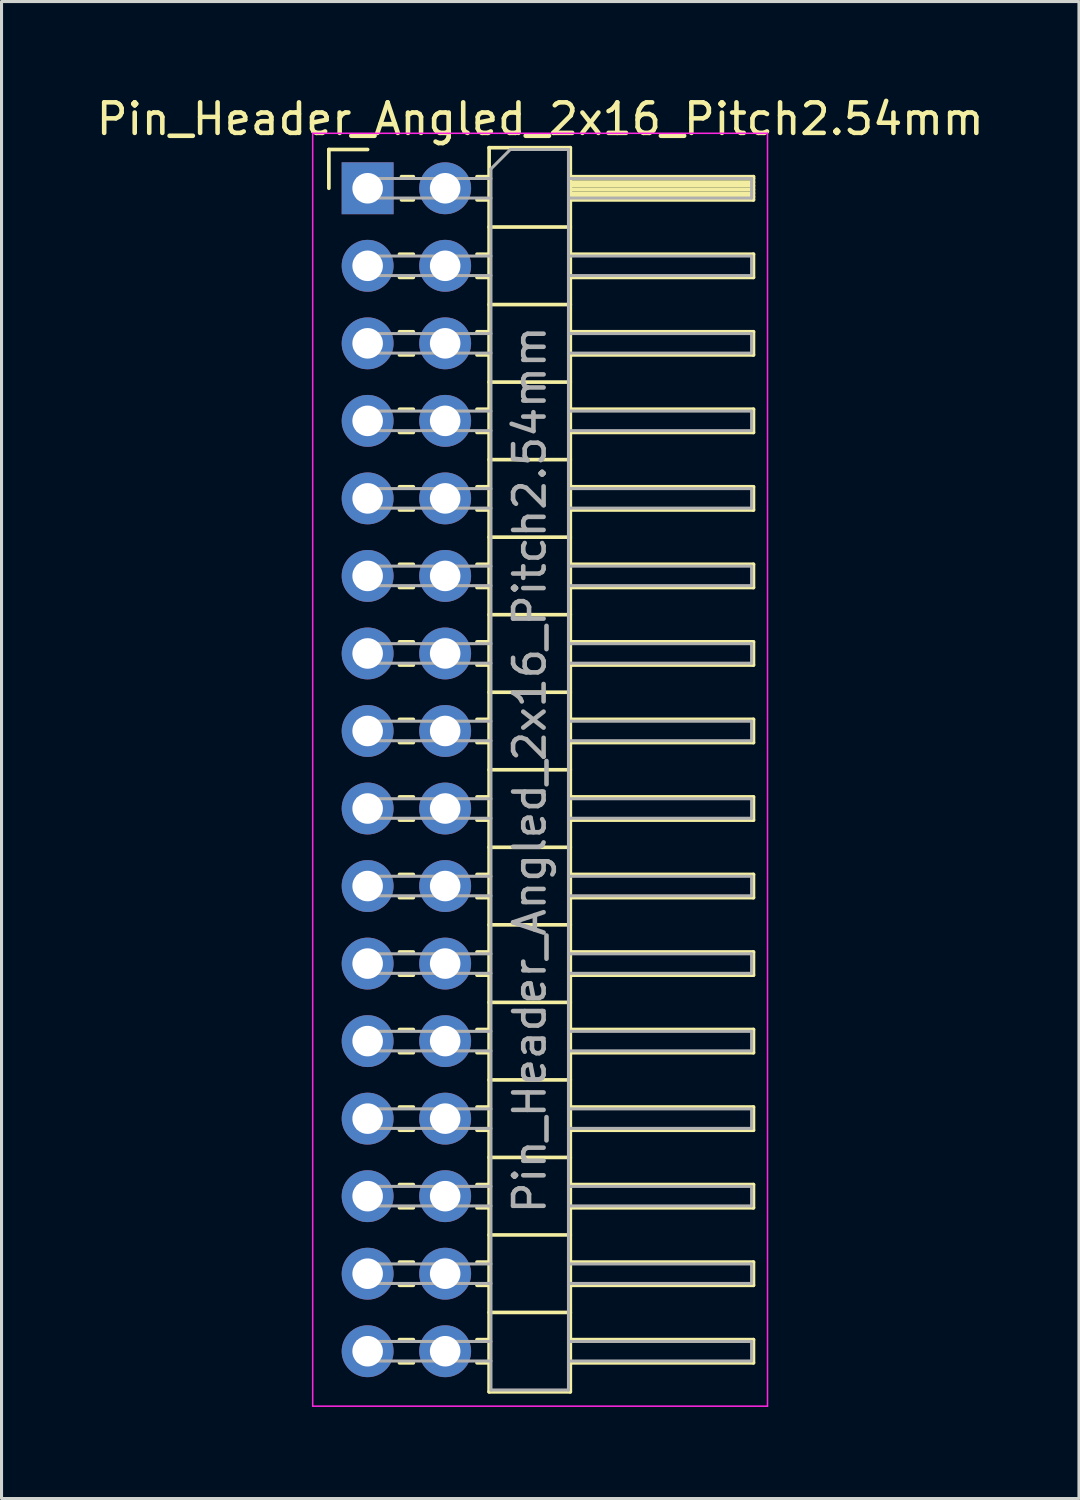
<source format=kicad_pcb>
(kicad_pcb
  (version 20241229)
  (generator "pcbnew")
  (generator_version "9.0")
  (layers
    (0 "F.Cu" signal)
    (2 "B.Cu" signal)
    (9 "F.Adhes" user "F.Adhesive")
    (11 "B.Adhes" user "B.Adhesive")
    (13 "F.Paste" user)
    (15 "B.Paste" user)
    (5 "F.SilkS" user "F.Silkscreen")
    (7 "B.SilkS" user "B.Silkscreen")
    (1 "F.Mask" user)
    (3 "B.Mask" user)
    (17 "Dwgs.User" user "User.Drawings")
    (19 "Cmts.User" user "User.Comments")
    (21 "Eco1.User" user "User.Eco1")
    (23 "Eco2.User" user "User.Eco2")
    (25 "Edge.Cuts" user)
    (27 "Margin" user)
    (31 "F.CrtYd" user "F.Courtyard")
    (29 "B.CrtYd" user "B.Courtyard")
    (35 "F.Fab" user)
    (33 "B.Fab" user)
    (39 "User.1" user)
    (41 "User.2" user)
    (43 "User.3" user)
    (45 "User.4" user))
  (footprint "Pin_Header_Angled_2x16_Pitch2.54mm"
    (layer "F.Cu")
    (at 8.994 3.118)
    (property "Reference" "Pin_Header_Angled_2x16_Pitch2.54mm" (at 5.655 -2.27 0) (layer "F.SilkS") (effects (font (size 1 1) (thickness 0.15))))
    (attr through_hole)
    (fp_line (start -1.27 -1.27) (end 0 -1.27) (stroke (width 0.12) (type solid)) (layer "F.SilkS"))
    (fp_line (start -1.27 0) (end -1.27 -1.27) (stroke (width 0.12) (type solid)) (layer "F.SilkS"))
    (fp_line (start 1.043 2.16) (end 1.497 2.16) (stroke (width 0.12) (type solid)) (layer "F.SilkS"))
    (fp_line (start 1.043 2.92) (end 1.497 2.92) (stroke (width 0.12) (type solid)) (layer "F.SilkS"))
    (fp_line (start 1.043 4.7) (end 1.497 4.7) (stroke (width 0.12) (type solid)) (layer "F.SilkS"))
    (fp_line (start 1.043 5.46) (end 1.497 5.46) (stroke (width 0.12) (type solid)) (layer "F.SilkS"))
    (fp_line (start 1.043 7.24) (end 1.497 7.24) (stroke (width 0.12) (type solid)) (layer "F.SilkS"))
    (fp_line (start 1.043 8) (end 1.497 8) (stroke (width 0.12) (type solid)) (layer "F.SilkS"))
    (fp_line (start 1.043 9.78) (end 1.497 9.78) (stroke (width 0.12) (type solid)) (layer "F.SilkS"))
    (fp_line (start 1.043 10.54) (end 1.497 10.54) (stroke (width 0.12) (type solid)) (layer "F.SilkS"))
    (fp_line (start 1.043 12.32) (end 1.497 12.32) (stroke (width 0.12) (type solid)) (layer "F.SilkS"))
    (fp_line (start 1.043 13.08) (end 1.497 13.08) (stroke (width 0.12) (type solid)) (layer "F.SilkS"))
    (fp_line (start 1.043 14.86) (end 1.497 14.86) (stroke (width 0.12) (type solid)) (layer "F.SilkS"))
    (fp_line (start 1.043 15.62) (end 1.497 15.62) (stroke (width 0.12) (type solid)) (layer "F.SilkS"))
    (fp_line (start 1.043 17.4) (end 1.497 17.4) (stroke (width 0.12) (type solid)) (layer "F.SilkS"))
    (fp_line (start 1.043 18.16) (end 1.497 18.16) (stroke (width 0.12) (type solid)) (layer "F.SilkS"))
    (fp_line (start 1.043 19.94) (end 1.497 19.94) (stroke (width 0.12) (type solid)) (layer "F.SilkS"))
    (fp_line (start 1.043 20.7) (end 1.497 20.7) (stroke (width 0.12) (type solid)) (layer "F.SilkS"))
    (fp_line (start 1.043 22.48) (end 1.497 22.48) (stroke (width 0.12) (type solid)) (layer "F.SilkS"))
    (fp_line (start 1.043 23.24) (end 1.497 23.24) (stroke (width 0.12) (type solid)) (layer "F.SilkS"))
    (fp_line (start 1.043 25.02) (end 1.497 25.02) (stroke (width 0.12) (type solid)) (layer "F.SilkS"))
    (fp_line (start 1.043 25.78) (end 1.497 25.78) (stroke (width 0.12) (type solid)) (layer "F.SilkS"))
    (fp_line (start 1.043 27.56) (end 1.497 27.56) (stroke (width 0.12) (type solid)) (layer "F.SilkS"))
    (fp_line (start 1.043 28.32) (end 1.497 28.32) (stroke (width 0.12) (type solid)) (layer "F.SilkS"))
    (fp_line (start 1.043 30.1) (end 1.497 30.1) (stroke (width 0.12) (type solid)) (layer "F.SilkS"))
    (fp_line (start 1.043 30.86) (end 1.497 30.86) (stroke (width 0.12) (type solid)) (layer "F.SilkS"))
    (fp_line (start 1.043 32.64) (end 1.497 32.64) (stroke (width 0.12) (type solid)) (layer "F.SilkS"))
    (fp_line (start 1.043 33.4) (end 1.497 33.4) (stroke (width 0.12) (type solid)) (layer "F.SilkS"))
    (fp_line (start 1.043 35.18) (end 1.497 35.18) (stroke (width 0.12) (type solid)) (layer "F.SilkS"))
    (fp_line (start 1.043 35.94) (end 1.497 35.94) (stroke (width 0.12) (type solid)) (layer "F.SilkS"))
    (fp_line (start 1.043 37.72) (end 1.497 37.72) (stroke (width 0.12) (type solid)) (layer "F.SilkS"))
    (fp_line (start 1.043 38.48) (end 1.497 38.48) (stroke (width 0.12) (type solid)) (layer "F.SilkS"))
    (fp_line (start 1.11 -0.38) (end 1.497 -0.38) (stroke (width 0.12) (type solid)) (layer "F.SilkS"))
    (fp_line (start 1.11 0.38) (end 1.497 0.38) (stroke (width 0.12) (type solid)) (layer "F.SilkS"))
    (fp_line (start 3.583 -0.38) (end 3.98 -0.38) (stroke (width 0.12) (type solid)) (layer "F.SilkS"))
    (fp_line (start 3.583 0.38) (end 3.98 0.38) (stroke (width 0.12) (type solid)) (layer "F.SilkS"))
    (fp_line (start 3.583 2.16) (end 3.98 2.16) (stroke (width 0.12) (type solid)) (layer "F.SilkS"))
    (fp_line (start 3.583 2.92) (end 3.98 2.92) (stroke (width 0.12) (type solid)) (layer "F.SilkS"))
    (fp_line (start 3.583 4.7) (end 3.98 4.7) (stroke (width 0.12) (type solid)) (layer "F.SilkS"))
    (fp_line (start 3.583 5.46) (end 3.98 5.46) (stroke (width 0.12) (type solid)) (layer "F.SilkS"))
    (fp_line (start 3.583 7.24) (end 3.98 7.24) (stroke (width 0.12) (type solid)) (layer "F.SilkS"))
    (fp_line (start 3.583 8) (end 3.98 8) (stroke (width 0.12) (type solid)) (layer "F.SilkS"))
    (fp_line (start 3.583 9.78) (end 3.98 9.78) (stroke (width 0.12) (type solid)) (layer "F.SilkS"))
    (fp_line (start 3.583 10.54) (end 3.98 10.54) (stroke (width 0.12) (type solid)) (layer "F.SilkS"))
    (fp_line (start 3.583 12.32) (end 3.98 12.32) (stroke (width 0.12) (type solid)) (layer "F.SilkS"))
    (fp_line (start 3.583 13.08) (end 3.98 13.08) (stroke (width 0.12) (type solid)) (layer "F.SilkS"))
    (fp_line (start 3.583 14.86) (end 3.98 14.86) (stroke (width 0.12) (type solid)) (layer "F.SilkS"))
    (fp_line (start 3.583 15.62) (end 3.98 15.62) (stroke (width 0.12) (type solid)) (layer "F.SilkS"))
    (fp_line (start 3.583 17.4) (end 3.98 17.4) (stroke (width 0.12) (type solid)) (layer "F.SilkS"))
    (fp_line (start 3.583 18.16) (end 3.98 18.16) (stroke (width 0.12) (type solid)) (layer "F.SilkS"))
    (fp_line (start 3.583 19.94) (end 3.98 19.94) (stroke (width 0.12) (type solid)) (layer "F.SilkS"))
    (fp_line (start 3.583 20.7) (end 3.98 20.7) (stroke (width 0.12) (type solid)) (layer "F.SilkS"))
    (fp_line (start 3.583 22.48) (end 3.98 22.48) (stroke (width 0.12) (type solid)) (layer "F.SilkS"))
    (fp_line (start 3.583 23.24) (end 3.98 23.24) (stroke (width 0.12) (type solid)) (layer "F.SilkS"))
    (fp_line (start 3.583 25.02) (end 3.98 25.02) (stroke (width 0.12) (type solid)) (layer "F.SilkS"))
    (fp_line (start 3.583 25.78) (end 3.98 25.78) (stroke (width 0.12) (type solid)) (layer "F.SilkS"))
    (fp_line (start 3.583 27.56) (end 3.98 27.56) (stroke (width 0.12) (type solid)) (layer "F.SilkS"))
    (fp_line (start 3.583 28.32) (end 3.98 28.32) (stroke (width 0.12) (type solid)) (layer "F.SilkS"))
    (fp_line (start 3.583 30.1) (end 3.98 30.1) (stroke (width 0.12) (type solid)) (layer "F.SilkS"))
    (fp_line (start 3.583 30.86) (end 3.98 30.86) (stroke (width 0.12) (type solid)) (layer "F.SilkS"))
    (fp_line (start 3.583 32.64) (end 3.98 32.64) (stroke (width 0.12) (type solid)) (layer "F.SilkS"))
    (fp_line (start 3.583 33.4) (end 3.98 33.4) (stroke (width 0.12) (type solid)) (layer "F.SilkS"))
    (fp_line (start 3.583 35.18) (end 3.98 35.18) (stroke (width 0.12) (type solid)) (layer "F.SilkS"))
    (fp_line (start 3.583 35.94) (end 3.98 35.94) (stroke (width 0.12) (type solid)) (layer "F.SilkS"))
    (fp_line (start 3.583 37.72) (end 3.98 37.72) (stroke (width 0.12) (type solid)) (layer "F.SilkS"))
    (fp_line (start 3.583 38.48) (end 3.98 38.48) (stroke (width 0.12) (type solid)) (layer "F.SilkS"))
    (fp_line (start 3.98 -1.33) (end 3.98 39.43) (stroke (width 0.12) (type solid)) (layer "F.SilkS"))
    (fp_line (start 3.98 1.27) (end 6.64 1.27) (stroke (width 0.12) (type solid)) (layer "F.SilkS"))
    (fp_line (start 3.98 3.81) (end 6.64 3.81) (stroke (width 0.12) (type solid)) (layer "F.SilkS"))
    (fp_line (start 3.98 6.35) (end 6.64 6.35) (stroke (width 0.12) (type solid)) (layer "F.SilkS"))
    (fp_line (start 3.98 8.89) (end 6.64 8.89) (stroke (width 0.12) (type solid)) (layer "F.SilkS"))
    (fp_line (start 3.98 11.43) (end 6.64 11.43) (stroke (width 0.12) (type solid)) (layer "F.SilkS"))
    (fp_line (start 3.98 13.97) (end 6.64 13.97) (stroke (width 0.12) (type solid)) (layer "F.SilkS"))
    (fp_line (start 3.98 16.51) (end 6.64 16.51) (stroke (width 0.12) (type solid)) (layer "F.SilkS"))
    (fp_line (start 3.98 19.05) (end 6.64 19.05) (stroke (width 0.12) (type solid)) (layer "F.SilkS"))
    (fp_line (start 3.98 21.59) (end 6.64 21.59) (stroke (width 0.12) (type solid)) (layer "F.SilkS"))
    (fp_line (start 3.98 24.13) (end 6.64 24.13) (stroke (width 0.12) (type solid)) (layer "F.SilkS"))
    (fp_line (start 3.98 26.67) (end 6.64 26.67) (stroke (width 0.12) (type solid)) (layer "F.SilkS"))
    (fp_line (start 3.98 29.21) (end 6.64 29.21) (stroke (width 0.12) (type solid)) (layer "F.SilkS"))
    (fp_line (start 3.98 31.75) (end 6.64 31.75) (stroke (width 0.12) (type solid)) (layer "F.SilkS"))
    (fp_line (start 3.98 34.29) (end 6.64 34.29) (stroke (width 0.12) (type solid)) (layer "F.SilkS"))
    (fp_line (start 3.98 36.83) (end 6.64 36.83) (stroke (width 0.12) (type solid)) (layer "F.SilkS"))
    (fp_line (start 3.98 39.43) (end 6.64 39.43) (stroke (width 0.12) (type solid)) (layer "F.SilkS"))
    (fp_line (start 6.64 -1.33) (end 3.98 -1.33) (stroke (width 0.12) (type solid)) (layer "F.SilkS"))
    (fp_line (start 6.64 -0.38) (end 12.64 -0.38) (stroke (width 0.12) (type solid)) (layer "F.SilkS"))
    (fp_line (start 6.64 -0.32) (end 12.64 -0.32) (stroke (width 0.12) (type solid)) (layer "F.SilkS"))
    (fp_line (start 6.64 -0.2) (end 12.64 -0.2) (stroke (width 0.12) (type solid)) (layer "F.SilkS"))
    (fp_line (start 6.64 -0.08) (end 12.64 -0.08) (stroke (width 0.12) (type solid)) (layer "F.SilkS"))
    (fp_line (start 6.64 0.04) (end 12.64 0.04) (stroke (width 0.12) (type solid)) (layer "F.SilkS"))
    (fp_line (start 6.64 0.16) (end 12.64 0.16) (stroke (width 0.12) (type solid)) (layer "F.SilkS"))
    (fp_line (start 6.64 0.28) (end 12.64 0.28) (stroke (width 0.12) (type solid)) (layer "F.SilkS"))
    (fp_line (start 6.64 2.16) (end 12.64 2.16) (stroke (width 0.12) (type solid)) (layer "F.SilkS"))
    (fp_line (start 6.64 4.7) (end 12.64 4.7) (stroke (width 0.12) (type solid)) (layer "F.SilkS"))
    (fp_line (start 6.64 7.24) (end 12.64 7.24) (stroke (width 0.12) (type solid)) (layer "F.SilkS"))
    (fp_line (start 6.64 9.78) (end 12.64 9.78) (stroke (width 0.12) (type solid)) (layer "F.SilkS"))
    (fp_line (start 6.64 12.32) (end 12.64 12.32) (stroke (width 0.12) (type solid)) (layer "F.SilkS"))
    (fp_line (start 6.64 14.86) (end 12.64 14.86) (stroke (width 0.12) (type solid)) (layer "F.SilkS"))
    (fp_line (start 6.64 17.4) (end 12.64 17.4) (stroke (width 0.12) (type solid)) (layer "F.SilkS"))
    (fp_line (start 6.64 19.94) (end 12.64 19.94) (stroke (width 0.12) (type solid)) (layer "F.SilkS"))
    (fp_line (start 6.64 22.48) (end 12.64 22.48) (stroke (width 0.12) (type solid)) (layer "F.SilkS"))
    (fp_line (start 6.64 25.02) (end 12.64 25.02) (stroke (width 0.12) (type solid)) (layer "F.SilkS"))
    (fp_line (start 6.64 27.56) (end 12.64 27.56) (stroke (width 0.12) (type solid)) (layer "F.SilkS"))
    (fp_line (start 6.64 30.1) (end 12.64 30.1) (stroke (width 0.12) (type solid)) (layer "F.SilkS"))
    (fp_line (start 6.64 32.64) (end 12.64 32.64) (stroke (width 0.12) (type solid)) (layer "F.SilkS"))
    (fp_line (start 6.64 35.18) (end 12.64 35.18) (stroke (width 0.12) (type solid)) (layer "F.SilkS"))
    (fp_line (start 6.64 37.72) (end 12.64 37.72) (stroke (width 0.12) (type solid)) (layer "F.SilkS"))
    (fp_line (start 6.64 39.43) (end 6.64 -1.33) (stroke (width 0.12) (type solid)) (layer "F.SilkS"))
    (fp_line (start 12.64 -0.38) (end 12.64 0.38) (stroke (width 0.12) (type solid)) (layer "F.SilkS"))
    (fp_line (start 12.64 0.38) (end 6.64 0.38) (stroke (width 0.12) (type solid)) (layer "F.SilkS"))
    (fp_line (start 12.64 2.16) (end 12.64 2.92) (stroke (width 0.12) (type solid)) (layer "F.SilkS"))
    (fp_line (start 12.64 2.92) (end 6.64 2.92) (stroke (width 0.12) (type solid)) (layer "F.SilkS"))
    (fp_line (start 12.64 4.7) (end 12.64 5.46) (stroke (width 0.12) (type solid)) (layer "F.SilkS"))
    (fp_line (start 12.64 5.46) (end 6.64 5.46) (stroke (width 0.12) (type solid)) (layer "F.SilkS"))
    (fp_line (start 12.64 7.24) (end 12.64 8) (stroke (width 0.12) (type solid)) (layer "F.SilkS"))
    (fp_line (start 12.64 8) (end 6.64 8) (stroke (width 0.12) (type solid)) (layer "F.SilkS"))
    (fp_line (start 12.64 9.78) (end 12.64 10.54) (stroke (width 0.12) (type solid)) (layer "F.SilkS"))
    (fp_line (start 12.64 10.54) (end 6.64 10.54) (stroke (width 0.12) (type solid)) (layer "F.SilkS"))
    (fp_line (start 12.64 12.32) (end 12.64 13.08) (stroke (width 0.12) (type solid)) (layer "F.SilkS"))
    (fp_line (start 12.64 13.08) (end 6.64 13.08) (stroke (width 0.12) (type solid)) (layer "F.SilkS"))
    (fp_line (start 12.64 14.86) (end 12.64 15.62) (stroke (width 0.12) (type solid)) (layer "F.SilkS"))
    (fp_line (start 12.64 15.62) (end 6.64 15.62) (stroke (width 0.12) (type solid)) (layer "F.SilkS"))
    (fp_line (start 12.64 17.4) (end 12.64 18.16) (stroke (width 0.12) (type solid)) (layer "F.SilkS"))
    (fp_line (start 12.64 18.16) (end 6.64 18.16) (stroke (width 0.12) (type solid)) (layer "F.SilkS"))
    (fp_line (start 12.64 19.94) (end 12.64 20.7) (stroke (width 0.12) (type solid)) (layer "F.SilkS"))
    (fp_line (start 12.64 20.7) (end 6.64 20.7) (stroke (width 0.12) (type solid)) (layer "F.SilkS"))
    (fp_line (start 12.64 22.48) (end 12.64 23.24) (stroke (width 0.12) (type solid)) (layer "F.SilkS"))
    (fp_line (start 12.64 23.24) (end 6.64 23.24) (stroke (width 0.12) (type solid)) (layer "F.SilkS"))
    (fp_line (start 12.64 25.02) (end 12.64 25.78) (stroke (width 0.12) (type solid)) (layer "F.SilkS"))
    (fp_line (start 12.64 25.78) (end 6.64 25.78) (stroke (width 0.12) (type solid)) (layer "F.SilkS"))
    (fp_line (start 12.64 27.56) (end 12.64 28.32) (stroke (width 0.12) (type solid)) (layer "F.SilkS"))
    (fp_line (start 12.64 28.32) (end 6.64 28.32) (stroke (width 0.12) (type solid)) (layer "F.SilkS"))
    (fp_line (start 12.64 30.1) (end 12.64 30.86) (stroke (width 0.12) (type solid)) (layer "F.SilkS"))
    (fp_line (start 12.64 30.86) (end 6.64 30.86) (stroke (width 0.12) (type solid)) (layer "F.SilkS"))
    (fp_line (start 12.64 32.64) (end 12.64 33.4) (stroke (width 0.12) (type solid)) (layer "F.SilkS"))
    (fp_line (start 12.64 33.4) (end 6.64 33.4) (stroke (width 0.12) (type solid)) (layer "F.SilkS"))
    (fp_line (start 12.64 35.18) (end 12.64 35.94) (stroke (width 0.12) (type solid)) (layer "F.SilkS"))
    (fp_line (start 12.64 35.94) (end 6.64 35.94) (stroke (width 0.12) (type solid)) (layer "F.SilkS"))
    (fp_line (start 12.64 37.72) (end 12.64 38.48) (stroke (width 0.12) (type solid)) (layer "F.SilkS"))
    (fp_line (start 12.64 38.48) (end 6.64 38.48) (stroke (width 0.12) (type solid)) (layer "F.SilkS"))
    (fp_line (start -1.8 -1.8) (end -1.8 39.9) (stroke (width 0.05) (type solid)) (layer "F.CrtYd"))
    (fp_line (start -1.8 39.9) (end 13.1 39.9) (stroke (width 0.05) (type solid)) (layer "F.CrtYd"))
    (fp_line (start 13.1 -1.8) (end -1.8 -1.8) (stroke (width 0.05) (type solid)) (layer "F.CrtYd"))
    (fp_line (start 13.1 39.9) (end 13.1 -1.8) (stroke (width 0.05) (type solid)) (layer "F.CrtYd"))
    (fp_line (start -0.32 -0.32) (end -0.32 0.32) (stroke (width 0.1) (type solid)) (layer "F.Fab"))
    (fp_line (start -0.32 -0.32) (end 4.04 -0.32) (stroke (width 0.1) (type solid)) (layer "F.Fab"))
    (fp_line (start -0.32 0.32) (end 4.04 0.32) (stroke (width 0.1) (type solid)) (layer "F.Fab"))
    (fp_line (start -0.32 2.22) (end -0.32 2.86) (stroke (width 0.1) (type solid)) (layer "F.Fab"))
    (fp_line (start -0.32 2.22) (end 4.04 2.22) (stroke (width 0.1) (type solid)) (layer "F.Fab"))
    (fp_line (start -0.32 2.86) (end 4.04 2.86) (stroke (width 0.1) (type solid)) (layer "F.Fab"))
    (fp_line (start -0.32 4.76) (end -0.32 5.4) (stroke (width 0.1) (type solid)) (layer "F.Fab"))
    (fp_line (start -0.32 4.76) (end 4.04 4.76) (stroke (width 0.1) (type solid)) (layer "F.Fab"))
    (fp_line (start -0.32 5.4) (end 4.04 5.4) (stroke (width 0.1) (type solid)) (layer "F.Fab"))
    (fp_line (start -0.32 7.3) (end -0.32 7.94) (stroke (width 0.1) (type solid)) (layer "F.Fab"))
    (fp_line (start -0.32 7.3) (end 4.04 7.3) (stroke (width 0.1) (type solid)) (layer "F.Fab"))
    (fp_line (start -0.32 7.94) (end 4.04 7.94) (stroke (width 0.1) (type solid)) (layer "F.Fab"))
    (fp_line (start -0.32 9.84) (end -0.32 10.48) (stroke (width 0.1) (type solid)) (layer "F.Fab"))
    (fp_line (start -0.32 9.84) (end 4.04 9.84) (stroke (width 0.1) (type solid)) (layer "F.Fab"))
    (fp_line (start -0.32 10.48) (end 4.04 10.48) (stroke (width 0.1) (type solid)) (layer "F.Fab"))
    (fp_line (start -0.32 12.38) (end -0.32 13.02) (stroke (width 0.1) (type solid)) (layer "F.Fab"))
    (fp_line (start -0.32 12.38) (end 4.04 12.38) (stroke (width 0.1) (type solid)) (layer "F.Fab"))
    (fp_line (start -0.32 13.02) (end 4.04 13.02) (stroke (width 0.1) (type solid)) (layer "F.Fab"))
    (fp_line (start -0.32 14.92) (end -0.32 15.56) (stroke (width 0.1) (type solid)) (layer "F.Fab"))
    (fp_line (start -0.32 14.92) (end 4.04 14.92) (stroke (width 0.1) (type solid)) (layer "F.Fab"))
    (fp_line (start -0.32 15.56) (end 4.04 15.56) (stroke (width 0.1) (type solid)) (layer "F.Fab"))
    (fp_line (start -0.32 17.46) (end -0.32 18.1) (stroke (width 0.1) (type solid)) (layer "F.Fab"))
    (fp_line (start -0.32 17.46) (end 4.04 17.46) (stroke (width 0.1) (type solid)) (layer "F.Fab"))
    (fp_line (start -0.32 18.1) (end 4.04 18.1) (stroke (width 0.1) (type solid)) (layer "F.Fab"))
    (fp_line (start -0.32 20) (end -0.32 20.64) (stroke (width 0.1) (type solid)) (layer "F.Fab"))
    (fp_line (start -0.32 20) (end 4.04 20) (stroke (width 0.1) (type solid)) (layer "F.Fab"))
    (fp_line (start -0.32 20.64) (end 4.04 20.64) (stroke (width 0.1) (type solid)) (layer "F.Fab"))
    (fp_line (start -0.32 22.54) (end -0.32 23.18) (stroke (width 0.1) (type solid)) (layer "F.Fab"))
    (fp_line (start -0.32 22.54) (end 4.04 22.54) (stroke (width 0.1) (type solid)) (layer "F.Fab"))
    (fp_line (start -0.32 23.18) (end 4.04 23.18) (stroke (width 0.1) (type solid)) (layer "F.Fab"))
    (fp_line (start -0.32 25.08) (end -0.32 25.72) (stroke (width 0.1) (type solid)) (layer "F.Fab"))
    (fp_line (start -0.32 25.08) (end 4.04 25.08) (stroke (width 0.1) (type solid)) (layer "F.Fab"))
    (fp_line (start -0.32 25.72) (end 4.04 25.72) (stroke (width 0.1) (type solid)) (layer "F.Fab"))
    (fp_line (start -0.32 27.62) (end -0.32 28.26) (stroke (width 0.1) (type solid)) (layer "F.Fab"))
    (fp_line (start -0.32 27.62) (end 4.04 27.62) (stroke (width 0.1) (type solid)) (layer "F.Fab"))
    (fp_line (start -0.32 28.26) (end 4.04 28.26) (stroke (width 0.1) (type solid)) (layer "F.Fab"))
    (fp_line (start -0.32 30.16) (end -0.32 30.8) (stroke (width 0.1) (type solid)) (layer "F.Fab"))
    (fp_line (start -0.32 30.16) (end 4.04 30.16) (stroke (width 0.1) (type solid)) (layer "F.Fab"))
    (fp_line (start -0.32 30.8) (end 4.04 30.8) (stroke (width 0.1) (type solid)) (layer "F.Fab"))
    (fp_line (start -0.32 32.7) (end -0.32 33.34) (stroke (width 0.1) (type solid)) (layer "F.Fab"))
    (fp_line (start -0.32 32.7) (end 4.04 32.7) (stroke (width 0.1) (type solid)) (layer "F.Fab"))
    (fp_line (start -0.32 33.34) (end 4.04 33.34) (stroke (width 0.1) (type solid)) (layer "F.Fab"))
    (fp_line (start -0.32 35.24) (end -0.32 35.88) (stroke (width 0.1) (type solid)) (layer "F.Fab"))
    (fp_line (start -0.32 35.24) (end 4.04 35.24) (stroke (width 0.1) (type solid)) (layer "F.Fab"))
    (fp_line (start -0.32 35.88) (end 4.04 35.88) (stroke (width 0.1) (type solid)) (layer "F.Fab"))
    (fp_line (start -0.32 37.78) (end -0.32 38.42) (stroke (width 0.1) (type solid)) (layer "F.Fab"))
    (fp_line (start -0.32 37.78) (end 4.04 37.78) (stroke (width 0.1) (type solid)) (layer "F.Fab"))
    (fp_line (start -0.32 38.42) (end 4.04 38.42) (stroke (width 0.1) (type solid)) (layer "F.Fab"))
    (fp_line (start 4.04 -0.635) (end 4.675 -1.27) (stroke (width 0.1) (type solid)) (layer "F.Fab"))
    (fp_line (start 4.04 39.37) (end 4.04 -0.635) (stroke (width 0.1) (type solid)) (layer "F.Fab"))
    (fp_line (start 4.675 -1.27) (end 6.58 -1.27) (stroke (width 0.1) (type solid)) (layer "F.Fab"))
    (fp_line (start 6.58 -1.27) (end 6.58 39.37) (stroke (width 0.1) (type solid)) (layer "F.Fab"))
    (fp_line (start 6.58 -0.32) (end 12.58 -0.32) (stroke (width 0.1) (type solid)) (layer "F.Fab"))
    (fp_line (start 6.58 0.32) (end 12.58 0.32) (stroke (width 0.1) (type solid)) (layer "F.Fab"))
    (fp_line (start 6.58 2.22) (end 12.58 2.22) (stroke (width 0.1) (type solid)) (layer "F.Fab"))
    (fp_line (start 6.58 2.86) (end 12.58 2.86) (stroke (width 0.1) (type solid)) (layer "F.Fab"))
    (fp_line (start 6.58 4.76) (end 12.58 4.76) (stroke (width 0.1) (type solid)) (layer "F.Fab"))
    (fp_line (start 6.58 5.4) (end 12.58 5.4) (stroke (width 0.1) (type solid)) (layer "F.Fab"))
    (fp_line (start 6.58 7.3) (end 12.58 7.3) (stroke (width 0.1) (type solid)) (layer "F.Fab"))
    (fp_line (start 6.58 7.94) (end 12.58 7.94) (stroke (width 0.1) (type solid)) (layer "F.Fab"))
    (fp_line (start 6.58 9.84) (end 12.58 9.84) (stroke (width 0.1) (type solid)) (layer "F.Fab"))
    (fp_line (start 6.58 10.48) (end 12.58 10.48) (stroke (width 0.1) (type solid)) (layer "F.Fab"))
    (fp_line (start 6.58 12.38) (end 12.58 12.38) (stroke (width 0.1) (type solid)) (layer "F.Fab"))
    (fp_line (start 6.58 13.02) (end 12.58 13.02) (stroke (width 0.1) (type solid)) (layer "F.Fab"))
    (fp_line (start 6.58 14.92) (end 12.58 14.92) (stroke (width 0.1) (type solid)) (layer "F.Fab"))
    (fp_line (start 6.58 15.56) (end 12.58 15.56) (stroke (width 0.1) (type solid)) (layer "F.Fab"))
    (fp_line (start 6.58 17.46) (end 12.58 17.46) (stroke (width 0.1) (type solid)) (layer "F.Fab"))
    (fp_line (start 6.58 18.1) (end 12.58 18.1) (stroke (width 0.1) (type solid)) (layer "F.Fab"))
    (fp_line (start 6.58 20) (end 12.58 20) (stroke (width 0.1) (type solid)) (layer "F.Fab"))
    (fp_line (start 6.58 20.64) (end 12.58 20.64) (stroke (width 0.1) (type solid)) (layer "F.Fab"))
    (fp_line (start 6.58 22.54) (end 12.58 22.54) (stroke (width 0.1) (type solid)) (layer "F.Fab"))
    (fp_line (start 6.58 23.18) (end 12.58 23.18) (stroke (width 0.1) (type solid)) (layer "F.Fab"))
    (fp_line (start 6.58 25.08) (end 12.58 25.08) (stroke (width 0.1) (type solid)) (layer "F.Fab"))
    (fp_line (start 6.58 25.72) (end 12.58 25.72) (stroke (width 0.1) (type solid)) (layer "F.Fab"))
    (fp_line (start 6.58 27.62) (end 12.58 27.62) (stroke (width 0.1) (type solid)) (layer "F.Fab"))
    (fp_line (start 6.58 28.26) (end 12.58 28.26) (stroke (width 0.1) (type solid)) (layer "F.Fab"))
    (fp_line (start 6.58 30.16) (end 12.58 30.16) (stroke (width 0.1) (type solid)) (layer "F.Fab"))
    (fp_line (start 6.58 30.8) (end 12.58 30.8) (stroke (width 0.1) (type solid)) (layer "F.Fab"))
    (fp_line (start 6.58 32.7) (end 12.58 32.7) (stroke (width 0.1) (type solid)) (layer "F.Fab"))
    (fp_line (start 6.58 33.34) (end 12.58 33.34) (stroke (width 0.1) (type solid)) (layer "F.Fab"))
    (fp_line (start 6.58 35.24) (end 12.58 35.24) (stroke (width 0.1) (type solid)) (layer "F.Fab"))
    (fp_line (start 6.58 35.88) (end 12.58 35.88) (stroke (width 0.1) (type solid)) (layer "F.Fab"))
    (fp_line (start 6.58 37.78) (end 12.58 37.78) (stroke (width 0.1) (type solid)) (layer "F.Fab"))
    (fp_line (start 6.58 38.42) (end 12.58 38.42) (stroke (width 0.1) (type solid)) (layer "F.Fab"))
    (fp_line (start 6.58 39.37) (end 4.04 39.37) (stroke (width 0.1) (type solid)) (layer "F.Fab"))
    (fp_line (start 12.58 -0.32) (end 12.58 0.32) (stroke (width 0.1) (type solid)) (layer "F.Fab"))
    (fp_line (start 12.58 2.22) (end 12.58 2.86) (stroke (width 0.1) (type solid)) (layer "F.Fab"))
    (fp_line (start 12.58 4.76) (end 12.58 5.4) (stroke (width 0.1) (type solid)) (layer "F.Fab"))
    (fp_line (start 12.58 7.3) (end 12.58 7.94) (stroke (width 0.1) (type solid)) (layer "F.Fab"))
    (fp_line (start 12.58 9.84) (end 12.58 10.48) (stroke (width 0.1) (type solid)) (layer "F.Fab"))
    (fp_line (start 12.58 12.38) (end 12.58 13.02) (stroke (width 0.1) (type solid)) (layer "F.Fab"))
    (fp_line (start 12.58 14.92) (end 12.58 15.56) (stroke (width 0.1) (type solid)) (layer "F.Fab"))
    (fp_line (start 12.58 17.46) (end 12.58 18.1) (stroke (width 0.1) (type solid)) (layer "F.Fab"))
    (fp_line (start 12.58 20) (end 12.58 20.64) (stroke (width 0.1) (type solid)) (layer "F.Fab"))
    (fp_line (start 12.58 22.54) (end 12.58 23.18) (stroke (width 0.1) (type solid)) (layer "F.Fab"))
    (fp_line (start 12.58 25.08) (end 12.58 25.72) (stroke (width 0.1) (type solid)) (layer "F.Fab"))
    (fp_line (start 12.58 27.62) (end 12.58 28.26) (stroke (width 0.1) (type solid)) (layer "F.Fab"))
    (fp_line (start 12.58 30.16) (end 12.58 30.8) (stroke (width 0.1) (type solid)) (layer "F.Fab"))
    (fp_line (start 12.58 32.7) (end 12.58 33.34) (stroke (width 0.1) (type solid)) (layer "F.Fab"))
    (fp_line (start 12.58 35.24) (end 12.58 35.88) (stroke (width 0.1) (type solid)) (layer "F.Fab"))
    (fp_line (start 12.58 37.78) (end 12.58 38.42) (stroke (width 0.1) (type solid)) (layer "F.Fab"))
    (fp_text user "${REFERENCE}" (at 5.31 19.05 90) (layer "F.Fab") (effects (font (size 1 1) (thickness 0.15))))
    (pad "1" thru_hole rect (at 0 0) (size 1.7 1.7) (drill 1) (layers "*.Cu" "*.Mask"))
    (pad "2" thru_hole oval (at 2.54 0) (size 1.7 1.7) (drill 1) (layers "*.Cu" "*.Mask"))
    (pad "3" thru_hole oval (at 0 2.54) (size 1.7 1.7) (drill 1) (layers "*.Cu" "*.Mask"))
    (pad "4" thru_hole oval (at 2.54 2.54) (size 1.7 1.7) (drill 1) (layers "*.Cu" "*.Mask"))
    (pad "5" thru_hole oval (at 0 5.08) (size 1.7 1.7) (drill 1) (layers "*.Cu" "*.Mask"))
    (pad "6" thru_hole oval (at 2.54 5.08) (size 1.7 1.7) (drill 1) (layers "*.Cu" "*.Mask"))
    (pad "7" thru_hole oval (at 0 7.62) (size 1.7 1.7) (drill 1) (layers "*.Cu" "*.Mask"))
    (pad "8" thru_hole oval (at 2.54 7.62) (size 1.7 1.7) (drill 1) (layers "*.Cu" "*.Mask"))
    (pad "9" thru_hole oval (at 0 10.16) (size 1.7 1.7) (drill 1) (layers "*.Cu" "*.Mask"))
    (pad "10" thru_hole oval (at 2.54 10.16) (size 1.7 1.7) (drill 1) (layers "*.Cu" "*.Mask"))
    (pad "11" thru_hole oval (at 0 12.7) (size 1.7 1.7) (drill 1) (layers "*.Cu" "*.Mask"))
    (pad "12" thru_hole oval (at 2.54 12.7) (size 1.7 1.7) (drill 1) (layers "*.Cu" "*.Mask"))
    (pad "13" thru_hole oval (at 0 15.24) (size 1.7 1.7) (drill 1) (layers "*.Cu" "*.Mask"))
    (pad "14" thru_hole oval (at 2.54 15.24) (size 1.7 1.7) (drill 1) (layers "*.Cu" "*.Mask"))
    (pad "15" thru_hole oval (at 0 17.78) (size 1.7 1.7) (drill 1) (layers "*.Cu" "*.Mask"))
    (pad "16" thru_hole oval (at 2.54 17.78) (size 1.7 1.7) (drill 1) (layers "*.Cu" "*.Mask"))
    (pad "17" thru_hole oval (at 0 20.32) (size 1.7 1.7) (drill 1) (layers "*.Cu" "*.Mask"))
    (pad "18" thru_hole oval (at 2.54 20.32) (size 1.7 1.7) (drill 1) (layers "*.Cu" "*.Mask"))
    (pad "19" thru_hole oval (at 0 22.86) (size 1.7 1.7) (drill 1) (layers "*.Cu" "*.Mask"))
    (pad "20" thru_hole oval (at 2.54 22.86) (size 1.7 1.7) (drill 1) (layers "*.Cu" "*.Mask"))
    (pad "21" thru_hole oval (at 0 25.4) (size 1.7 1.7) (drill 1) (layers "*.Cu" "*.Mask"))
    (pad "22" thru_hole oval (at 2.54 25.4) (size 1.7 1.7) (drill 1) (layers "*.Cu" "*.Mask"))
    (pad "23" thru_hole oval (at 0 27.94) (size 1.7 1.7) (drill 1) (layers "*.Cu" "*.Mask"))
    (pad "24" thru_hole oval (at 2.54 27.94) (size 1.7 1.7) (drill 1) (layers "*.Cu" "*.Mask"))
    (pad "25" thru_hole oval (at 0 30.48) (size 1.7 1.7) (drill 1) (layers "*.Cu" "*.Mask"))
    (pad "26" thru_hole oval (at 2.54 30.48) (size 1.7 1.7) (drill 1) (layers "*.Cu" "*.Mask"))
    (pad "27" thru_hole oval (at 0 33.02) (size 1.7 1.7) (drill 1) (layers "*.Cu" "*.Mask"))
    (pad "28" thru_hole oval (at 2.54 33.02) (size 1.7 1.7) (drill 1) (layers "*.Cu" "*.Mask"))
    (pad "29" thru_hole oval (at 0 35.56) (size 1.7 1.7) (drill 1) (layers "*.Cu" "*.Mask"))
    (pad "30" thru_hole oval (at 2.54 35.56) (size 1.7 1.7) (drill 1) (layers "*.Cu" "*.Mask"))
    (pad "31" thru_hole oval (at 0 38.1) (size 1.7 1.7) (drill 1) (layers "*.Cu" "*.Mask"))
    (pad "32" thru_hole oval (at 2.54 38.1) (size 1.7 1.7) (drill 1) (layers "*.Cu" "*.Mask")))
  (gr_rect
    (start -3 -3)
    (end 32.298 46.043)
    (stroke (width 0.1) (type default))
    (fill no)
    (layer "Edge.Cuts")))
</source>
